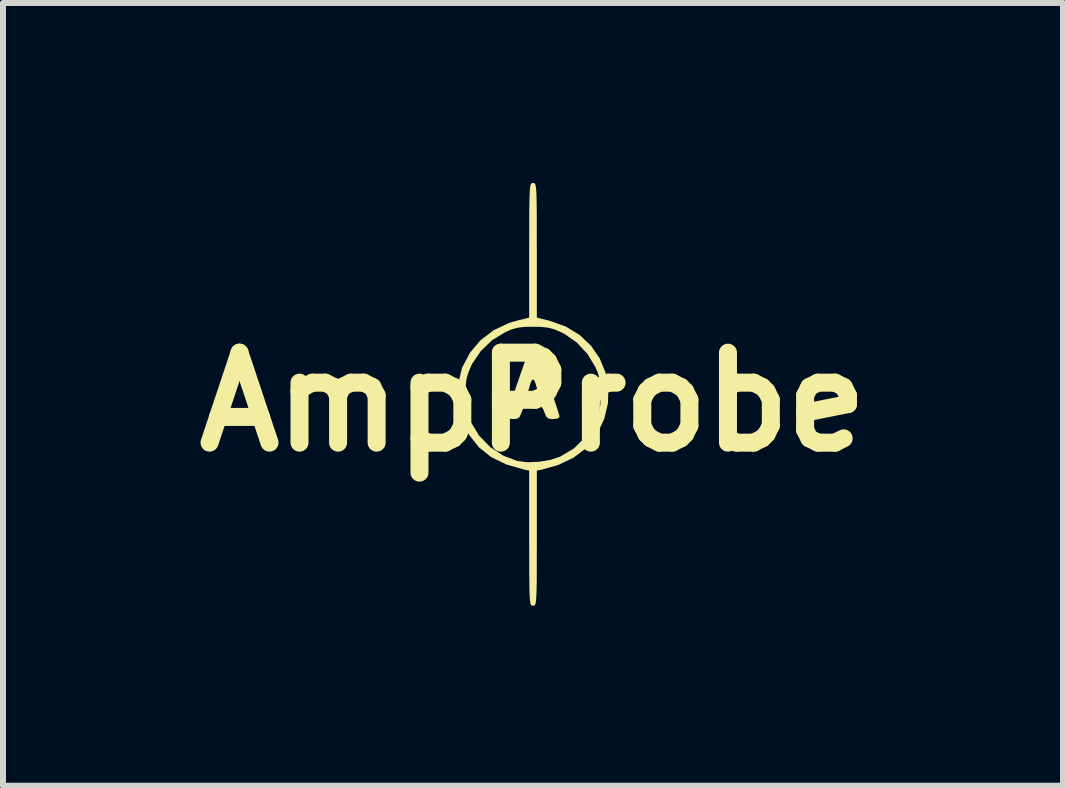
<source format=kicad_pcb>
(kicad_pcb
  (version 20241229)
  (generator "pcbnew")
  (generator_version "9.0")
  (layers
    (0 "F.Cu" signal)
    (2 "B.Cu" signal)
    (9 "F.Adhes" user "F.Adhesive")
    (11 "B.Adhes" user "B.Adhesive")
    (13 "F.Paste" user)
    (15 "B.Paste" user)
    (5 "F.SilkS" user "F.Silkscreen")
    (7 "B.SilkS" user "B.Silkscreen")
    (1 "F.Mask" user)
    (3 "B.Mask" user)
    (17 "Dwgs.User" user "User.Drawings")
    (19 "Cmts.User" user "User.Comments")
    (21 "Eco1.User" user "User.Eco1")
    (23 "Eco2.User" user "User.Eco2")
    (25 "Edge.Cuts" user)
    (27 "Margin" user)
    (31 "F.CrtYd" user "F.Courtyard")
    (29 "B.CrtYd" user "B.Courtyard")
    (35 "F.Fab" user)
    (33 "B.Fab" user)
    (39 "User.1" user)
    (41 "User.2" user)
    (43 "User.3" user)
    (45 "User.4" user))
  (footprint "AmpProbe"
    (layer "F.Cu")
    (at 5.836 3.651)
    (property "Reference" "AmpProbe" (at 0 0 0) (layer "F.SilkS") (effects (font (size 1.5 1.5) (thickness 0.3))))
    (attr board_only exclude_from_pos_files exclude_from_bom)
    (fp_poly (pts (xy 0.276 -0.27) (xy 0.332 -0.105) (xy 0.38 0.041) (xy 0.417 0.155) (xy 0.438 0.228) (xy 0.442 0.246) (xy 0.415 0.275) (xy 0.338 0.286) (xy 0.336 0.286) (xy 0.26 0.278) (xy 0.218 0.242) (xy 0.191 0.175) (xy 0.164 0.108) (xy 0.13 0.075) (xy 0.066 0.064) (xy 0 0.064) (xy -0.094 0.067) (xy -0.144 0.084) (xy -0.174 0.127) (xy -0.191 0.175) (xy -0.223 0.249) (xy -0.268 0.28) (xy -0.336 0.286) (xy -0.414 0.275) (xy -0.442 0.247) (xy -0.442 0.246) (xy -0.432 0.204) (xy -0.403 0.113) (xy -0.362 -0.016) (xy -0.319 -0.142) (xy -0.083 -0.142) (xy -0.038 -0.128) (xy 0 -0.127) (xy 0.069 -0.134) (xy 0.088 -0.158) (xy 0.083 -0.178) (xy 0.059 -0.249) (xy 0.044 -0.305) (xy 0.016 -0.369) (xy -0.015 -0.371) (xy -0.043 -0.31) (xy -0.044 -0.305) (xy -0.067 -0.223) (xy -0.083 -0.178) (xy -0.083 -0.142) (xy -0.319 -0.142) (xy -0.31 -0.171) (xy -0.276 -0.27) (xy -0.111 -0.746) (xy 0 -0.746) (xy 0.111 -0.746)) (stroke (width 0) (type solid)) (fill yes) (layer "F.SilkS"))
    (fp_poly (pts (xy 0.017 -3.65) (xy 0.03 -3.641) (xy 0.041 -3.618) (xy 0.049 -3.576) (xy 0.055 -3.507) (xy 0.059 -3.407) (xy 0.061 -3.268) (xy 0.063 -3.086) (xy 0.063 -2.852) (xy 0.063 -2.562) (xy 0.064 -2.529) (xy 0.064 -1.406) (xy 0.277 -1.353) (xy 0.547 -1.257) (xy 0.778 -1.116) (xy 0.967 -0.937) (xy 1.111 -0.727) (xy 1.208 -0.493) (xy 1.256 -0.242) (xy 1.25 0.018) (xy 1.188 0.28) (xy 1.068 0.538) (xy 1.04 0.583) (xy 0.881 0.773) (xy 0.672 0.931) (xy 0.419 1.051) (xy 0.151 1.127) (xy 0.064 1.144) (xy 0.064 2.271) (xy 0.063 2.568) (xy 0.063 2.807) (xy 0.062 2.996) (xy 0.059 3.139) (xy 0.055 3.243) (xy 0.05 3.315) (xy 0.042 3.36) (xy 0.032 3.385) (xy 0.019 3.395) (xy 0.002 3.397) (xy 0 3.397) (xy -0.017 3.396) (xy -0.03 3.387) (xy -0.041 3.364) (xy -0.049 3.322) (xy -0.055 3.254) (xy -0.059 3.153) (xy -0.061 3.015) (xy -0.063 2.833) (xy -0.063 2.6) (xy -0.064 2.31) (xy -0.064 2.271) (xy -0.064 1.144) (xy -0.151 1.126) (xy -0.449 1.041) (xy -0.698 0.919) (xy -0.901 0.757) (xy -1.063 0.552) (xy -1.18 0.318) (xy -1.234 0.115) (xy -1.253 -0.115) (xy -1.252 -0.127) (xy -1.126 -0.127) (xy -1.123 0.021) (xy -1.11 0.132) (xy -1.082 0.23) (xy -1.038 0.333) (xy -0.899 0.561) (xy -0.715 0.751) (xy -0.496 0.895) (xy -0.262 0.984) (xy -0.094 1.005) (xy 0.102 0.997) (xy 0.297 0.964) (xy 0.459 0.909) (xy 0.685 0.772) (xy 0.875 0.585) (xy 1.022 0.358) (xy 1.024 0.354) (xy 1.076 0.24) (xy 1.107 0.146) (xy 1.122 0.046) (xy 1.126 -0.086) (xy 1.126 -0.126) (xy 1.122 -0.278) (xy 1.108 -0.392) (xy 1.078 -0.494) (xy 1.041 -0.578) (xy 0.907 -0.801) (xy 0.73 -0.991) (xy 0.523 -1.135) (xy 0.468 -1.163) (xy 0.353 -1.211) (xy 0.252 -1.238) (xy 0.137 -1.251) (xy 0 -1.254) (xy -0.149 -1.251) (xy -0.261 -1.237) (xy -0.361 -1.208) (xy -0.46 -1.165) (xy -0.682 -1.03) (xy -0.87 -0.849) (xy -1.014 -0.637) (xy -1.036 -0.591) (xy -1.083 -0.476) (xy -1.111 -0.371) (xy -1.123 -0.25) (xy -1.126 -0.127) (xy -1.252 -0.127) (xy -1.237 -0.348) (xy -1.186 -0.559) (xy -1.177 -0.582) (xy -1.049 -0.824) (xy -0.872 -1.032) (xy -0.653 -1.198) (xy -0.4 -1.317) (xy -0.278 -1.353) (xy -0.064 -1.406) (xy -0.064 -2.529) (xy -0.063 -2.825) (xy -0.063 -3.064) (xy -0.062 -3.252) (xy -0.059 -3.395) (xy -0.055 -3.499) (xy -0.05 -3.57) (xy -0.042 -3.615) (xy -0.032 -3.639) (xy -0.018 -3.649) (xy -0.002 -3.651) (xy 0 -3.651)) (stroke (width 0) (type solid)) (fill yes) (layer "F.SilkS")))
  (gr_rect
    (start -3 -3)
    (end 14.671 10.049)
    (stroke (width 0.1) (type default))
    (fill no)
    (layer "Edge.Cuts")))
</source>
